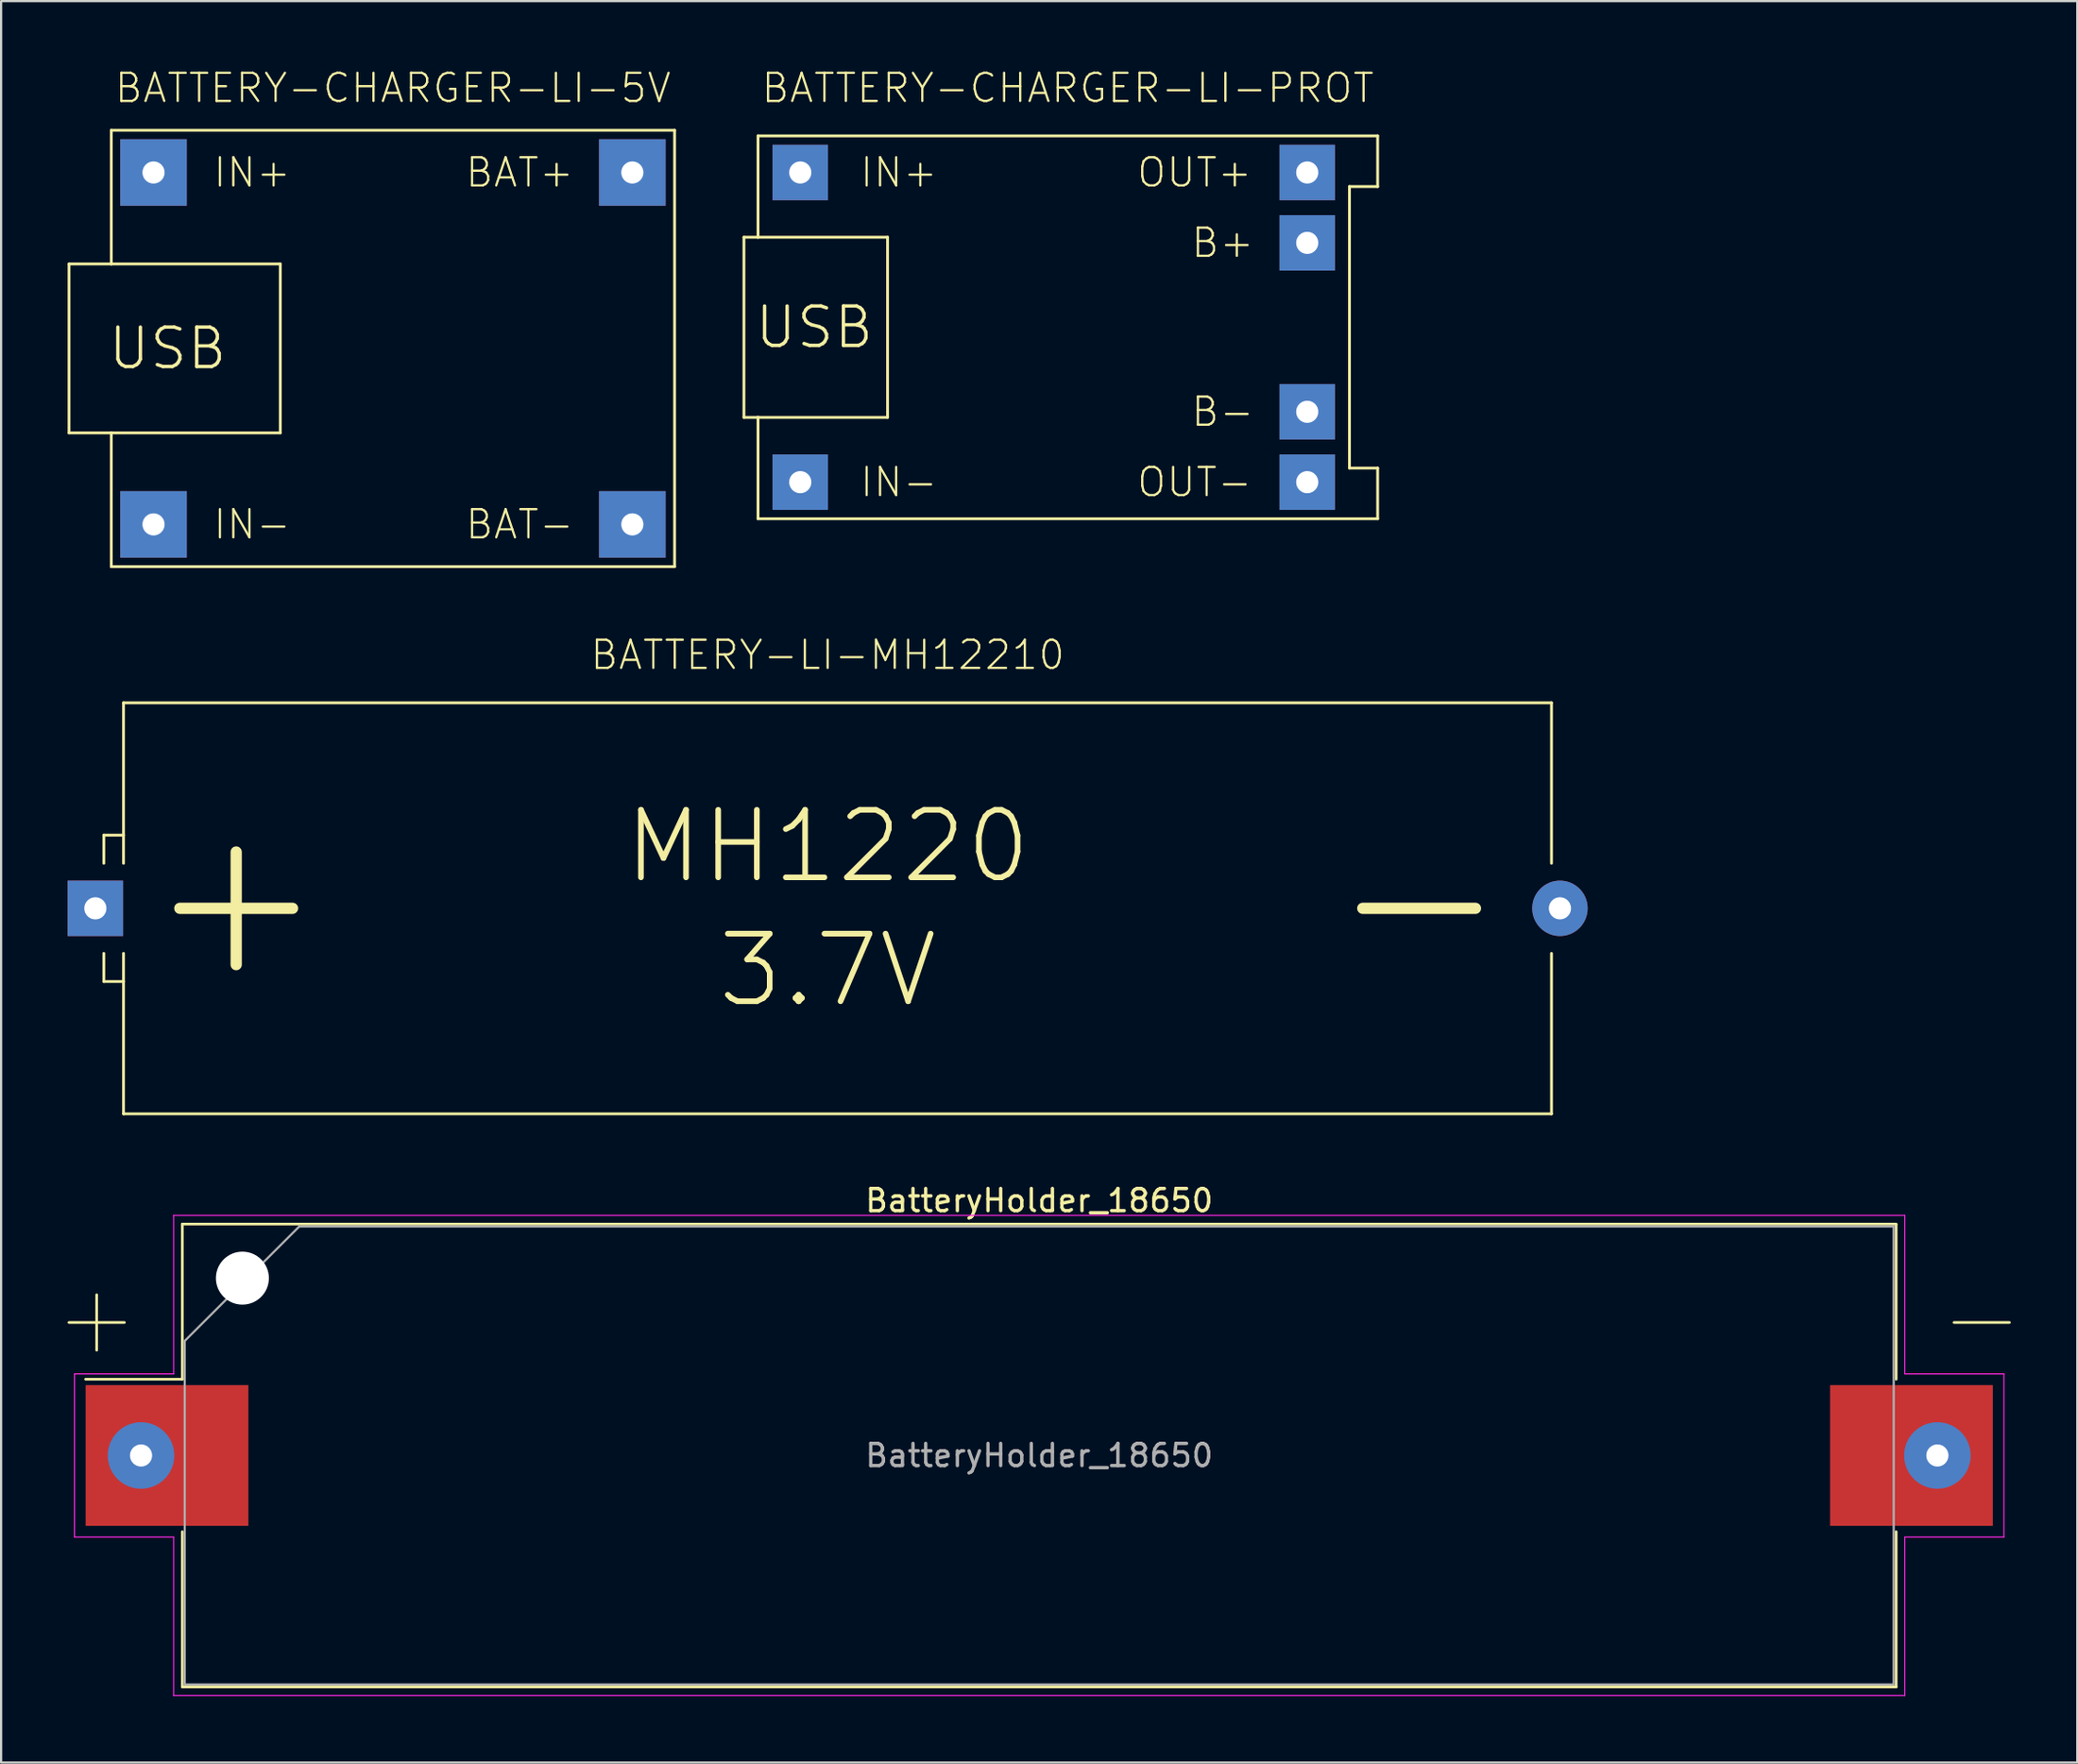
<source format=kicad_pcb>
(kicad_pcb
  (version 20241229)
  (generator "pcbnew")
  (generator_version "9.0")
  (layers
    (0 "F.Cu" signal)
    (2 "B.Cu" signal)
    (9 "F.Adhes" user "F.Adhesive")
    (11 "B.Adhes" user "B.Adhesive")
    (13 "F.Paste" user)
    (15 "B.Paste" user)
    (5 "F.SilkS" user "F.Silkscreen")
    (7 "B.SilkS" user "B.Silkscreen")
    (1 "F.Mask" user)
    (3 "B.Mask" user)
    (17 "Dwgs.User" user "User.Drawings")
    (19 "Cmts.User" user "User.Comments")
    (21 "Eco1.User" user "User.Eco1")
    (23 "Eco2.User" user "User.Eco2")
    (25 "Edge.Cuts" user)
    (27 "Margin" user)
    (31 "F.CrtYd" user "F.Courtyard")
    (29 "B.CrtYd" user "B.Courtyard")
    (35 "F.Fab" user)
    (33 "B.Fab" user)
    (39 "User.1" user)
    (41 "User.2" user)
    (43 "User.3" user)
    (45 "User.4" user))
  (footprint "BatteryHolder_18650"
    (layer "F.Cu")
    (at 43.81 62.609)
    (property "Reference" "BatteryHolder_18650" (at 0 -11.5 0) (layer "F.SilkS") (effects (font (size 1 1) (thickness 0.15))))
    (attr smd)
    (fp_line (start -43.75 -6) (end -41.25 -6) (stroke (width 0.12) (type solid)) (layer "F.SilkS"))
    (fp_line (start -42.5 -4.75) (end -42.5 -7.25) (stroke (width 0.12) (type solid)) (layer "F.SilkS"))
    (fp_line (start -38.64 -10.44) (end -38.64 -3.44) (stroke (width 0.12) (type solid)) (layer "F.SilkS"))
    (fp_line (start -38.64 -3.44) (end -43 -3.44) (stroke (width 0.12) (type solid)) (layer "F.SilkS"))
    (fp_line (start -38.64 10.44) (end -38.64 3.44) (stroke (width 0.12) (type solid)) (layer "F.SilkS"))
    (fp_line (start 38.64 -10.44) (end -38.64 -10.44) (stroke (width 0.12) (type solid)) (layer "F.SilkS"))
    (fp_line (start 38.64 -3.44) (end 38.64 -10.42) (stroke (width 0.12) (type solid)) (layer "F.SilkS"))
    (fp_line (start 38.64 3.44) (end 38.64 10.44) (stroke (width 0.12) (type solid)) (layer "F.SilkS"))
    (fp_line (start 38.64 10.44) (end -38.64 10.44) (stroke (width 0.12) (type solid)) (layer "F.SilkS"))
    (fp_line (start 43.75 -6) (end 41.25 -6) (stroke (width 0.12) (type solid)) (layer "F.SilkS"))
    (fp_line (start -43.5 -3.68) (end -39.03 -3.68) (stroke (width 0.05) (type solid)) (layer "F.CrtYd"))
    (fp_line (start -43.5 3.68) (end -43.5 -3.68) (stroke (width 0.05) (type solid)) (layer "F.CrtYd"))
    (fp_line (start -39.03 -10.83) (end -39.03 -3.68) (stroke (width 0.05) (type solid)) (layer "F.CrtYd"))
    (fp_line (start -39.03 -10.83) (end 39.03 -10.83) (stroke (width 0.05) (type solid)) (layer "F.CrtYd"))
    (fp_line (start -39.03 3.68) (end -43.5 3.68) (stroke (width 0.05) (type solid)) (layer "F.CrtYd"))
    (fp_line (start -39.03 10.83) (end -39.03 3.68) (stroke (width 0.05) (type solid)) (layer "F.CrtYd"))
    (fp_line (start -39.03 10.83) (end 39.03 10.83) (stroke (width 0.05) (type solid)) (layer "F.CrtYd"))
    (fp_line (start 39.03 -10.83) (end 39.03 -3.68) (stroke (width 0.05) (type solid)) (layer "F.CrtYd"))
    (fp_line (start 39.03 3.68) (end 43.5 3.68) (stroke (width 0.05) (type solid)) (layer "F.CrtYd"))
    (fp_line (start 39.03 10.83) (end 39.03 3.68) (stroke (width 0.05) (type solid)) (layer "F.CrtYd"))
    (fp_line (start 43.5 -3.68) (end 39.03 -3.68) (stroke (width 0.05) (type solid)) (layer "F.CrtYd"))
    (fp_line (start 43.5 3.68) (end 43.5 -3.68) (stroke (width 0.05) (type solid)) (layer "F.CrtYd"))
    (fp_line (start -38.53 -5.168) (end -38.53 10.33) (stroke (width 0.1) (type solid)) (layer "F.Fab"))
    (fp_line (start -38.53 10.33) (end 38.53 10.33) (stroke (width 0.1) (type solid)) (layer "F.Fab"))
    (fp_line (start -33.367 -10.33) (end -38.53 -5.168) (stroke (width 0.1) (type solid)) (layer "F.Fab"))
    (fp_line (start -33.367 -10.33) (end 38.53 -10.33) (stroke (width 0.1) (type solid)) (layer "F.Fab"))
    (fp_line (start 38.53 -10.33) (end 38.53 10.33) (stroke (width 0.1) (type solid)) (layer "F.Fab"))
    (fp_text user "${REFERENCE}" (at 0 0 0) (layer "F.Fab") (effects (font (size 1 1) (thickness 0.15))))
    (pad "" np_thru_hole circle (at -35.93 -8) (size 2.39 2.39) (drill 2.39) (layers "*.Cu" "*.Mask"))
    (pad "1" thru_hole circle (at -40.5 0) (size 3 3) (drill 1) (layers "*.Cu" "*.Mask"))
    (pad "1" smd rect (at -39.33 0) (size 7.34 6.35) (layers "F.Cu" "F.Mask" "F.Paste"))
    (pad "2" smd rect (at 39.33 0) (size 7.34 6.35) (layers "F.Cu" "F.Mask" "F.Paste"))
    (pad "2" thru_hole circle (at 40.5 0) (size 3 3) (drill 1) (layers "*.Cu" "*.Mask")))
  (footprint "BATTERY-CHARGER-LI-PROT"
    (layer "F.Cu")
    (at 45.1 11.716)
    (property "Reference" "BATTERY-CHARGER-LI-PROT" (at 0 -10.795 0) (layer "F.SilkS") (effects (font (size 1.27 1.27) (thickness 0.102))))
    (attr exclude_from_pos_files exclude_from_bom)
    (fp_line (start -14.605 -4.064) (end -14.605 4.064) (stroke (width 0.127) (type solid)) (layer "F.SilkS"))
    (fp_line (start -14.605 -4.064) (end -13.97 -4.064) (stroke (width 0.127) (type solid)) (layer "F.SilkS"))
    (fp_line (start -14.605 4.064) (end -13.97 4.064) (stroke (width 0.127) (type solid)) (layer "F.SilkS"))
    (fp_line (start -13.97 -8.636) (end -13.97 -4.064) (stroke (width 0.127) (type solid)) (layer "F.SilkS"))
    (fp_line (start -13.97 -8.636) (end 13.97 -8.636) (stroke (width 0.127) (type solid)) (layer "F.SilkS"))
    (fp_line (start -13.97 -4.064) (end -8.128 -4.064) (stroke (width 0.127) (type solid)) (layer "F.SilkS"))
    (fp_line (start -13.97 4.064) (end -8.128 4.064) (stroke (width 0.127) (type solid)) (layer "F.SilkS"))
    (fp_line (start -13.97 8.636) (end -13.97 4.064) (stroke (width 0.127) (type solid)) (layer "F.SilkS"))
    (fp_line (start -8.128 -4.064) (end -8.128 4.064) (stroke (width 0.127) (type solid)) (layer "F.SilkS"))
    (fp_line (start 12.7 -6.35) (end 12.7 6.35) (stroke (width 0.127) (type solid)) (layer "F.SilkS"))
    (fp_line (start 12.7 6.35) (end 13.97 6.35) (stroke (width 0.127) (type solid)) (layer "F.SilkS"))
    (fp_line (start 13.97 -8.636) (end 13.97 -6.35) (stroke (width 0.127) (type solid)) (layer "F.SilkS"))
    (fp_line (start 13.97 -6.35) (end 12.7 -6.35) (stroke (width 0.127) (type solid)) (layer "F.SilkS"))
    (fp_line (start 13.97 6.35) (end 13.97 8.636) (stroke (width 0.127) (type solid)) (layer "F.SilkS"))
    (fp_line (start 13.97 8.636) (end -13.97 8.636) (stroke (width 0.127) (type solid)) (layer "F.SilkS"))
    (fp_text user "USB" (at -11.43 0 0) (layer "F.SilkS") (effects (font (size 1.778 1.778) (thickness 0.152))))
    (fp_text user "OUT-" (at 5.715 6.985 0) (layer "F.SilkS") (effects (font (size 1.27 1.27) (thickness 0.102))))
    (fp_text user "B-" (at 6.985 3.81 0) (layer "F.SilkS") (effects (font (size 1.27 1.27) (thickness 0.102))))
    (fp_text user "IN-" (at -7.62 6.985 0) (layer "F.SilkS") (effects (font (size 1.27 1.27) (thickness 0.102))))
    (fp_text user "IN+" (at -7.62 -6.985 0) (layer "F.SilkS") (effects (font (size 1.27 1.27) (thickness 0.102))))
    (fp_text user "OUT+" (at 5.715 -6.985 0) (layer "F.SilkS") (effects (font (size 1.27 1.27) (thickness 0.102))))
    (fp_text user "B+" (at 6.985 -3.81 0) (layer "F.SilkS") (effects (font (size 1.27 1.27) (thickness 0.102))))
    (pad "B+" thru_hole rect (at 10.795 -3.81) (size 2.5 2.5) (drill 1) (layers "*.Cu" "*.Paste" "*.Mask"))
    (pad "B-" thru_hole rect (at 10.795 3.81) (size 2.5 2.5) (drill 1) (layers "*.Cu" "*.Paste" "*.Mask"))
    (pad "IN+" thru_hole rect (at -12.065 -6.985) (size 2.5 2.5) (drill 1) (layers "*.Cu" "*.Paste" "*.Mask"))
    (pad "IN-" thru_hole rect (at -12.065 6.985) (size 2.5 2.5) (drill 1) (layers "*.Cu" "*.Paste" "*.Mask"))
    (pad "OUT+" thru_hole rect (at 10.795 -6.985) (size 2.5 2.5) (drill 1) (layers "*.Cu" "*.Paste" "*.Mask"))
    (pad "OUT-" thru_hole rect (at 10.795 6.985) (size 2.5 2.5) (drill 1) (layers "*.Cu" "*.Paste" "*.Mask")))
  (footprint "BATTERY-CHARGER-LI-5V"
    (layer "F.Cu")
    (at 14.668 12.986)
    (property "Reference" "BATTERY-CHARGER-LI-5V" (at 0 -12.065 0) (layer "F.SilkS") (effects (font (size 1.27 1.27) (thickness 0.102))))
    (attr exclude_from_pos_files exclude_from_bom)
    (fp_line (start -14.605 -4.128) (end -14.605 3.493) (stroke (width 0.127) (type solid)) (layer "F.SilkS"))
    (fp_line (start -14.605 -4.128) (end -12.7 -4.128) (stroke (width 0.127) (type solid)) (layer "F.SilkS"))
    (fp_line (start -14.605 3.493) (end -12.7 3.493) (stroke (width 0.127) (type solid)) (layer "F.SilkS"))
    (fp_line (start -12.7 -10.16) (end -12.7 -4.128) (stroke (width 0.127) (type solid)) (layer "F.SilkS"))
    (fp_line (start -12.7 -10.16) (end 12.7 -10.16) (stroke (width 0.127) (type solid)) (layer "F.SilkS"))
    (fp_line (start -12.7 -4.128) (end -5.08 -4.128) (stroke (width 0.127) (type solid)) (layer "F.SilkS"))
    (fp_line (start -12.7 3.493) (end -5.08 3.493) (stroke (width 0.127) (type solid)) (layer "F.SilkS"))
    (fp_line (start -12.7 9.525) (end -12.7 3.493) (stroke (width 0.127) (type solid)) (layer "F.SilkS"))
    (fp_line (start -5.08 -4.128) (end -5.08 3.493) (stroke (width 0.127) (type solid)) (layer "F.SilkS"))
    (fp_line (start 12.7 -10.16) (end 12.7 9.525) (stroke (width 0.127) (type solid)) (layer "F.SilkS"))
    (fp_line (start 12.7 9.525) (end -12.7 9.525) (stroke (width 0.127) (type solid)) (layer "F.SilkS"))
    (fp_text user "USB" (at -10.16 -0.318 0) (layer "F.SilkS") (effects (font (size 1.778 1.778) (thickness 0.152))))
    (fp_text user "IN-" (at -6.35 7.62 0) (layer "F.SilkS") (effects (font (size 1.27 1.27) (thickness 0.102))))
    (fp_text user "BAT-" (at 5.715 7.62 0) (layer "F.SilkS") (effects (font (size 1.27 1.27) (thickness 0.102))))
    (fp_text user "IN+" (at -6.35 -8.255 0) (layer "F.SilkS") (effects (font (size 1.27 1.27) (thickness 0.102))))
    (fp_text user "BAT+" (at 5.715 -8.255 0) (layer "F.SilkS") (effects (font (size 1.27 1.27) (thickness 0.102))))
    (pad "BAT+" thru_hole rect (at 10.795 -8.255) (size 3 3) (drill 1) (layers "*.Cu" "*.Paste" "*.Mask"))
    (pad "BAT-" thru_hole rect (at 10.795 7.62) (size 3 3) (drill 1) (layers "*.Cu" "*.Paste" "*.Mask"))
    (pad "IN+" thru_hole rect (at -10.795 -8.255) (size 3 3) (drill 1) (layers "*.Cu" "*.Paste" "*.Mask"))
    (pad "IN-" thru_hole rect (at -10.795 7.62) (size 3 3) (drill 1) (layers "*.Cu" "*.Paste" "*.Mask")))
  (footprint "BATTERY-LI-MH12210"
    (layer "F.Cu")
    (at 34.27 37.926)
    (property "Reference" "BATTERY-LI-MH12210" (at 0 -11.43 0) (layer "F.SilkS") (effects (font (size 1.27 1.27) (thickness 0.102))))
    (attr exclude_from_pos_files exclude_from_bom)
    (fp_line (start -32.639 -3.302) (end -32.639 -2.032) (stroke (width 0.127) (type solid)) (layer "F.SilkS"))
    (fp_line (start -32.639 2.032) (end -32.639 3.302) (stroke (width 0.127) (type solid)) (layer "F.SilkS"))
    (fp_line (start -32.639 3.302) (end -31.75 3.302) (stroke (width 0.127) (type solid)) (layer "F.SilkS"))
    (fp_line (start -31.75 -9.271) (end 32.639 -9.271) (stroke (width 0.127) (type solid)) (layer "F.SilkS"))
    (fp_line (start -31.75 -3.302) (end -32.639 -3.302) (stroke (width 0.127) (type solid)) (layer "F.SilkS"))
    (fp_line (start -31.75 -3.302) (end -31.75 -9.271) (stroke (width 0.127) (type solid)) (layer "F.SilkS"))
    (fp_line (start -31.75 -3.302) (end -31.75 -2.032) (stroke (width 0.127) (type solid)) (layer "F.SilkS"))
    (fp_line (start -31.75 2.032) (end -31.75 3.302) (stroke (width 0.127) (type solid)) (layer "F.SilkS"))
    (fp_line (start -31.75 9.271) (end -31.75 3.302) (stroke (width 0.127) (type solid)) (layer "F.SilkS"))
    (fp_line (start -29.21 0) (end -24.13 0) (stroke (width 0.508) (type solid)) (layer "F.SilkS"))
    (fp_line (start -26.67 -2.54) (end -26.67 2.54) (stroke (width 0.508) (type solid)) (layer "F.SilkS"))
    (fp_line (start 29.21 0) (end 24.13 0) (stroke (width 0.508) (type solid)) (layer "F.SilkS"))
    (fp_line (start 32.639 -9.271) (end 32.639 -2.032) (stroke (width 0.127) (type solid)) (layer "F.SilkS"))
    (fp_line (start 32.639 2.032) (end 32.639 9.271) (stroke (width 0.127) (type solid)) (layer "F.SilkS"))
    (fp_line (start 32.639 9.271) (end -31.75 9.271) (stroke (width 0.127) (type solid)) (layer "F.SilkS"))
    (fp_text user "MH1220" (at 0 -2.794 0) (layer "F.SilkS") (effects (font (size 3.048 3.048) (thickness 0.254))))
    (fp_text user "3.7V" (at 0 2.794 0) (layer "F.SilkS") (effects (font (size 3.048 3.048) (thickness 0.254))))
    (pad "BAT+" thru_hole rect (at -33.02 0) (size 2.5 2.5) (drill 1) (layers "*.Cu" "*.Paste" "*.Mask"))
    (pad "BAT-" thru_hole circle (at 33.02 0) (size 2.5 2.5) (drill 1) (layers "*.Cu" "*.Paste" "*.Mask")))
  (gr_rect
    (start -3 -3)
    (end 90.62 76.464)
    (stroke (width 0.1) (type default))
    (fill no)
    (layer "Edge.Cuts")))
</source>
